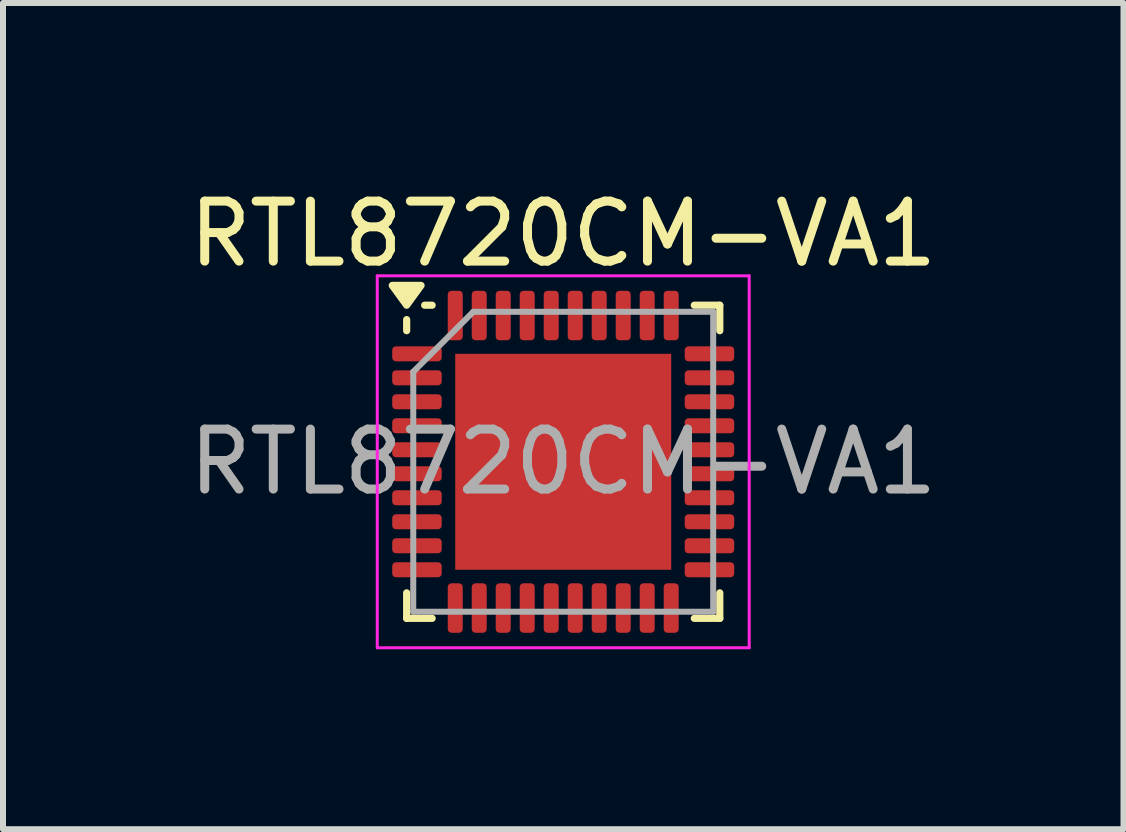
<source format=kicad_pcb>
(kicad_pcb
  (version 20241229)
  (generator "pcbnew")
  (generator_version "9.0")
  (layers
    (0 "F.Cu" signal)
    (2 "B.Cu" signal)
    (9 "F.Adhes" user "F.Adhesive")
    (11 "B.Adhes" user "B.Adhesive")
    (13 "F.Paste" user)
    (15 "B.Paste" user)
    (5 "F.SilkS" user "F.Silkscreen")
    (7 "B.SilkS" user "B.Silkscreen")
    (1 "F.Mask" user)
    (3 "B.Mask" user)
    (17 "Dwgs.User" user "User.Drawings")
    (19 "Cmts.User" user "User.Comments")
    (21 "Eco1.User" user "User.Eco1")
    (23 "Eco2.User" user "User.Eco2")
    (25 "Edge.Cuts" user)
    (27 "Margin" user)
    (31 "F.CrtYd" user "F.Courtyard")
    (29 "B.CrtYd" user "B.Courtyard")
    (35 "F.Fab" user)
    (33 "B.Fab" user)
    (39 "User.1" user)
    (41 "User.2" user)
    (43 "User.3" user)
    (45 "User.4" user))
  (footprint "RTL8720CM-VA1"
    (layer "F.Cu")
    (at 6.339 4.648)
    (property "Reference" "RTL8720CM-VA1" (at 0 -3.8 0) (layer "F.SilkS") (effects (font (size 1 1) (thickness 0.15))))
    (attr smd)
    (fp_line (start -2.61 -2.185) (end -2.61 -2.37) (stroke (width 0.12) (type solid)) (layer "F.SilkS"))
    (fp_line (start -2.61 2.61) (end -2.61 2.185) (stroke (width 0.12) (type solid)) (layer "F.SilkS"))
    (fp_line (start -2.185 -2.61) (end -2.31 -2.61) (stroke (width 0.12) (type solid)) (layer "F.SilkS"))
    (fp_line (start -2.185 2.61) (end -2.61 2.61) (stroke (width 0.12) (type solid)) (layer "F.SilkS"))
    (fp_line (start 2.185 -2.61) (end 2.61 -2.61) (stroke (width 0.12) (type solid)) (layer "F.SilkS"))
    (fp_line (start 2.185 2.61) (end 2.61 2.61) (stroke (width 0.12) (type solid)) (layer "F.SilkS"))
    (fp_line (start 2.61 -2.61) (end 2.61 -2.185) (stroke (width 0.12) (type solid)) (layer "F.SilkS"))
    (fp_line (start 2.61 2.61) (end 2.61 2.185) (stroke (width 0.12) (type solid)) (layer "F.SilkS"))
    (fp_poly (pts (xy -2.61 -2.61) (xy -2.85 -2.94) (xy -2.37 -2.94) (xy -2.61 -2.61)) (stroke (width 0.12) (type solid)) (fill yes) (layer "F.SilkS"))
    (fp_line (start -3.1 -3.1) (end -3.1 3.1) (stroke (width 0.05) (type solid)) (layer "F.CrtYd"))
    (fp_line (start -3.1 3.1) (end 3.1 3.1) (stroke (width 0.05) (type solid)) (layer "F.CrtYd"))
    (fp_line (start 3.1 -3.1) (end -3.1 -3.1) (stroke (width 0.05) (type solid)) (layer "F.CrtYd"))
    (fp_line (start 3.1 3.1) (end 3.1 -3.1) (stroke (width 0.05) (type solid)) (layer "F.CrtYd"))
    (fp_line (start -2.5 -1.5) (end -1.5 -2.5) (stroke (width 0.1) (type solid)) (layer "F.Fab"))
    (fp_line (start -2.5 2.5) (end -2.5 -1.5) (stroke (width 0.1) (type solid)) (layer "F.Fab"))
    (fp_line (start -1.5 -2.5) (end 2.5 -2.5) (stroke (width 0.1) (type solid)) (layer "F.Fab"))
    (fp_line (start 2.5 -2.5) (end 2.5 2.5) (stroke (width 0.1) (type solid)) (layer "F.Fab"))
    (fp_line (start 2.5 2.5) (end -2.5 2.5) (stroke (width 0.1) (type solid)) (layer "F.Fab"))
    (fp_text user "${REFERENCE}" (at 0 0 0) (layer "F.Fab") (effects (font (size 1 1) (thickness 0.15))))
    (pad "" smd roundrect (at -1.2 -1.2) (size 0.97 0.97) (layers "F.Paste") (roundrect_rratio 0.25))
    (pad "" smd roundrect (at -1.2 0) (size 0.97 0.97) (layers "F.Paste") (roundrect_rratio 0.25))
    (pad "" smd roundrect (at -1.2 1.2) (size 0.97 0.97) (layers "F.Paste") (roundrect_rratio 0.25))
    (pad "" smd roundrect (at 0 -1.2) (size 0.97 0.97) (layers "F.Paste") (roundrect_rratio 0.25))
    (pad "" smd roundrect (at 0 0) (size 0.97 0.97) (layers "F.Paste") (roundrect_rratio 0.25))
    (pad "" smd roundrect (at 0 1.2) (size 0.97 0.97) (layers "F.Paste") (roundrect_rratio 0.25))
    (pad "" smd roundrect (at 1.2 -1.2) (size 0.97 0.97) (layers "F.Paste") (roundrect_rratio 0.25))
    (pad "" smd roundrect (at 1.2 0) (size 0.97 0.97) (layers "F.Paste") (roundrect_rratio 0.25))
    (pad "" smd roundrect (at 1.2 1.2) (size 0.97 0.97) (layers "F.Paste") (roundrect_rratio 0.25))
    (pad "1" smd roundrect (at -2.438 -1.8) (size 0.825 0.25) (layers "F.Cu" "F.Mask" "F.Paste") (roundrect_rratio 0.25))
    (pad "2" smd roundrect (at -2.438 -1.4) (size 0.825 0.25) (layers "F.Cu" "F.Mask" "F.Paste") (roundrect_rratio 0.25))
    (pad "3" smd roundrect (at -2.438 -1) (size 0.825 0.25) (layers "F.Cu" "F.Mask" "F.Paste") (roundrect_rratio 0.25))
    (pad "4" smd roundrect (at -2.438 -0.6) (size 0.825 0.25) (layers "F.Cu" "F.Mask" "F.Paste") (roundrect_rratio 0.25))
    (pad "5" smd roundrect (at -2.438 -0.2) (size 0.825 0.25) (layers "F.Cu" "F.Mask" "F.Paste") (roundrect_rratio 0.25))
    (pad "6" smd roundrect (at -2.438 0.2) (size 0.825 0.25) (layers "F.Cu" "F.Mask" "F.Paste") (roundrect_rratio 0.25))
    (pad "7" smd roundrect (at -2.438 0.6) (size 0.825 0.25) (layers "F.Cu" "F.Mask" "F.Paste") (roundrect_rratio 0.25))
    (pad "8" smd roundrect (at -2.438 1) (size 0.825 0.25) (layers "F.Cu" "F.Mask" "F.Paste") (roundrect_rratio 0.25))
    (pad "9" smd roundrect (at -2.438 1.4) (size 0.825 0.25) (layers "F.Cu" "F.Mask" "F.Paste") (roundrect_rratio 0.25))
    (pad "10" smd roundrect (at -2.438 1.8) (size 0.825 0.25) (layers "F.Cu" "F.Mask" "F.Paste") (roundrect_rratio 0.25))
    (pad "11" smd roundrect (at -1.8 2.438) (size 0.25 0.825) (layers "F.Cu" "F.Mask" "F.Paste") (roundrect_rratio 0.25))
    (pad "12" smd roundrect (at -1.4 2.438) (size 0.25 0.825) (layers "F.Cu" "F.Mask" "F.Paste") (roundrect_rratio 0.25))
    (pad "13" smd roundrect (at -1 2.438) (size 0.25 0.825) (layers "F.Cu" "F.Mask" "F.Paste") (roundrect_rratio 0.25))
    (pad "14" smd roundrect (at -0.6 2.438) (size 0.25 0.825) (layers "F.Cu" "F.Mask" "F.Paste") (roundrect_rratio 0.25))
    (pad "15" smd roundrect (at -0.2 2.438) (size 0.25 0.825) (layers "F.Cu" "F.Mask" "F.Paste") (roundrect_rratio 0.25))
    (pad "16" smd roundrect (at 0.2 2.438) (size 0.25 0.825) (layers "F.Cu" "F.Mask" "F.Paste") (roundrect_rratio 0.25))
    (pad "17" smd roundrect (at 0.6 2.438) (size 0.25 0.825) (layers "F.Cu" "F.Mask" "F.Paste") (roundrect_rratio 0.25))
    (pad "18" smd roundrect (at 1 2.438) (size 0.25 0.825) (layers "F.Cu" "F.Mask" "F.Paste") (roundrect_rratio 0.25))
    (pad "19" smd roundrect (at 1.4 2.438) (size 0.25 0.825) (layers "F.Cu" "F.Mask" "F.Paste") (roundrect_rratio 0.25))
    (pad "20" smd roundrect (at 1.8 2.438) (size 0.25 0.825) (layers "F.Cu" "F.Mask" "F.Paste") (roundrect_rratio 0.25))
    (pad "21" smd roundrect (at 2.438 1.8) (size 0.825 0.25) (layers "F.Cu" "F.Mask" "F.Paste") (roundrect_rratio 0.25))
    (pad "22" smd roundrect (at 2.438 1.4) (size 0.825 0.25) (layers "F.Cu" "F.Mask" "F.Paste") (roundrect_rratio 0.25))
    (pad "23" smd roundrect (at 2.438 1) (size 0.825 0.25) (layers "F.Cu" "F.Mask" "F.Paste") (roundrect_rratio 0.25))
    (pad "24" smd roundrect (at 2.438 0.6) (size 0.825 0.25) (layers "F.Cu" "F.Mask" "F.Paste") (roundrect_rratio 0.25))
    (pad "25" smd roundrect (at 2.438 0.2) (size 0.825 0.25) (layers "F.Cu" "F.Mask" "F.Paste") (roundrect_rratio 0.25))
    (pad "26" smd roundrect (at 2.438 -0.2) (size 0.825 0.25) (layers "F.Cu" "F.Mask" "F.Paste") (roundrect_rratio 0.25))
    (pad "27" smd roundrect (at 2.438 -0.6) (size 0.825 0.25) (layers "F.Cu" "F.Mask" "F.Paste") (roundrect_rratio 0.25))
    (pad "28" smd roundrect (at 2.438 -1) (size 0.825 0.25) (layers "F.Cu" "F.Mask" "F.Paste") (roundrect_rratio 0.25))
    (pad "29" smd roundrect (at 2.438 -1.4) (size 0.825 0.25) (layers "F.Cu" "F.Mask" "F.Paste") (roundrect_rratio 0.25))
    (pad "30" smd roundrect (at 2.438 -1.8) (size 0.825 0.25) (layers "F.Cu" "F.Mask" "F.Paste") (roundrect_rratio 0.25))
    (pad "31" smd roundrect (at 1.8 -2.438) (size 0.25 0.825) (layers "F.Cu" "F.Mask" "F.Paste") (roundrect_rratio 0.25))
    (pad "32" smd roundrect (at 1.4 -2.438) (size 0.25 0.825) (layers "F.Cu" "F.Mask" "F.Paste") (roundrect_rratio 0.25))
    (pad "33" smd roundrect (at 1 -2.438) (size 0.25 0.825) (layers "F.Cu" "F.Mask" "F.Paste") (roundrect_rratio 0.25))
    (pad "34" smd roundrect (at 0.6 -2.438) (size 0.25 0.825) (layers "F.Cu" "F.Mask" "F.Paste") (roundrect_rratio 0.25))
    (pad "35" smd roundrect (at 0.2 -2.438) (size 0.25 0.825) (layers "F.Cu" "F.Mask" "F.Paste") (roundrect_rratio 0.25))
    (pad "36" smd roundrect (at -0.2 -2.438) (size 0.25 0.825) (layers "F.Cu" "F.Mask" "F.Paste") (roundrect_rratio 0.25))
    (pad "37" smd roundrect (at -0.6 -2.438) (size 0.25 0.825) (layers "F.Cu" "F.Mask" "F.Paste") (roundrect_rratio 0.25))
    (pad "38" smd roundrect (at -1 -2.438) (size 0.25 0.825) (layers "F.Cu" "F.Mask" "F.Paste") (roundrect_rratio 0.25))
    (pad "39" smd roundrect (at -1.4 -2.438) (size 0.25 0.825) (layers "F.Cu" "F.Mask" "F.Paste") (roundrect_rratio 0.25))
    (pad "40" smd roundrect (at -1.8 -2.438) (size 0.25 0.825) (layers "F.Cu" "F.Mask" "F.Paste") (roundrect_rratio 0.25))
    (pad "41" smd rect (at 0 0) (size 3.6 3.6) (property pad_prop_heatsink) (layers "F.Cu" "F.Mask")))
  (gr_rect
    (start -3 -3)
    (end 15.679 10.773)
    (stroke (width 0.1) (type default))
    (fill no)
    (layer "Edge.Cuts")))
</source>
